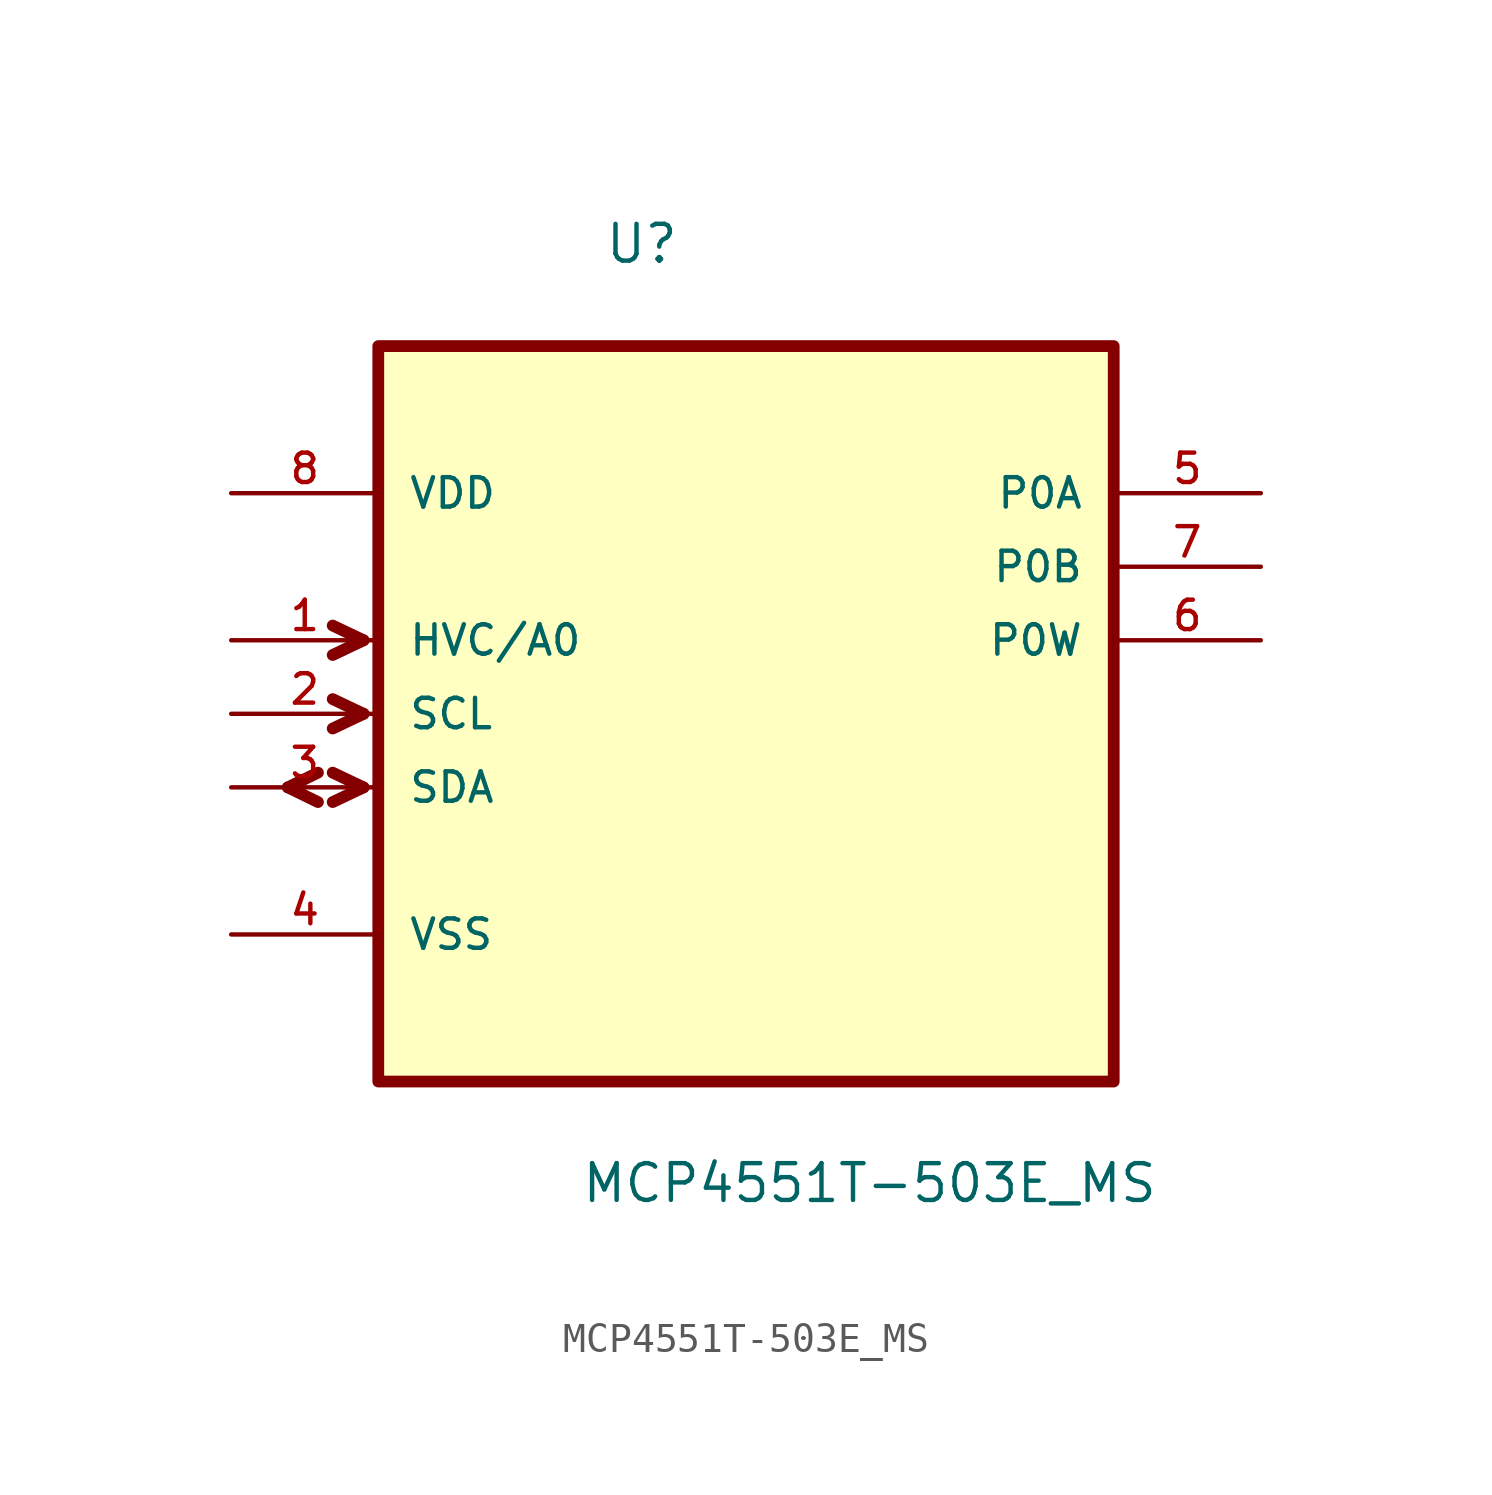
<source format=kicad_sym>
(kicad_symbol_lib
  (version 20211014)
  (generator kicad_symbol_editor)
  (symbol "MCP4551T-503E_MS"
    (pin_names
      (offset 1.016))
    (property "Reference" "U"
      (at -4.91 12.949 0.0)
      (effects (font (size 1.27 1.27)) (justify bottom left)))
    (property "Value" "MCP4551T-503E_MS"
      (at -5.718 -19.492 0.0)
      (effects (font (size 1.27 1.27)) (justify bottom left)))
    (symbol "MCP4551T-503E_MS_0_0"
      (polyline (pts (xy -13.208 0.0) (xy -14.275 0.508)) (stroke (width 0.406)))
      (polyline (pts (xy -13.208 0.0) (xy -14.275 -0.508)) (stroke (width 0.406)))
      (polyline (pts (xy -13.208 -2.54) (xy -14.275 -2.032)) (stroke (width 0.406)))
      (polyline (pts (xy -13.208 -2.54) (xy -14.275 -3.048)) (stroke (width 0.406)))
      (polyline (pts (xy -13.208 -5.08) (xy -14.275 -4.572)) (stroke (width 0.406)))
      (polyline (pts (xy -13.208 -5.08) (xy -14.275 -5.588)) (stroke (width 0.406)))
      (polyline (pts (xy -14.783 -4.572) (xy -15.824 -5.08)) (stroke (width 0.406)))
      (polyline (pts (xy -14.783 -5.588) (xy -15.824 -5.08)) (stroke (width 0.406)))
      (rectangle (start -12.7 -15.24) (end 12.7 10.16) (stroke (width 0.406)) (fill (type background)))
      (pin power_in line (at -17.78 5.08 0) (length 5.08) (name "VDD" (effects (font (size 1.016 1.016)))) (number "8" (effects (font (size 1.016 1.016)))))
      (pin input line (at -17.78 0.0 0) (length 5.08) (name "HVC/A0" (effects (font (size 1.016 1.016)))) (number "1" (effects (font (size 1.016 1.016)))))
      (pin input line (at -17.78 -2.54 0) (length 5.08) (name "SCL" (effects (font (size 1.016 1.016)))) (number "2" (effects (font (size 1.016 1.016)))))
      (pin bidirectional line (at -17.78 -5.08 0) (length 5.08) (name "SDA" (effects (font (size 1.016 1.016)))) (number "3" (effects (font (size 1.016 1.016)))))
      (pin power_in line (at -17.78 -10.16 0) (length 5.08) (name "VSS" (effects (font (size 1.016 1.016)))) (number "4" (effects (font (size 1.016 1.016)))))
      (pin passive line (at 17.78 5.08 180.0) (length 5.08) (name "P0A" (effects (font (size 1.016 1.016)))) (number "5" (effects (font (size 1.016 1.016)))))
      (pin passive line (at 17.78 2.54 180.0) (length 5.08) (name "P0B" (effects (font (size 1.016 1.016)))) (number "7" (effects (font (size 1.016 1.016)))))
      (pin passive line (at 17.78 0.0 180.0) (length 5.08) (name "P0W" (effects (font (size 1.016 1.016)))) (number "6" (effects (font (size 1.016 1.016))))))))
</source>
